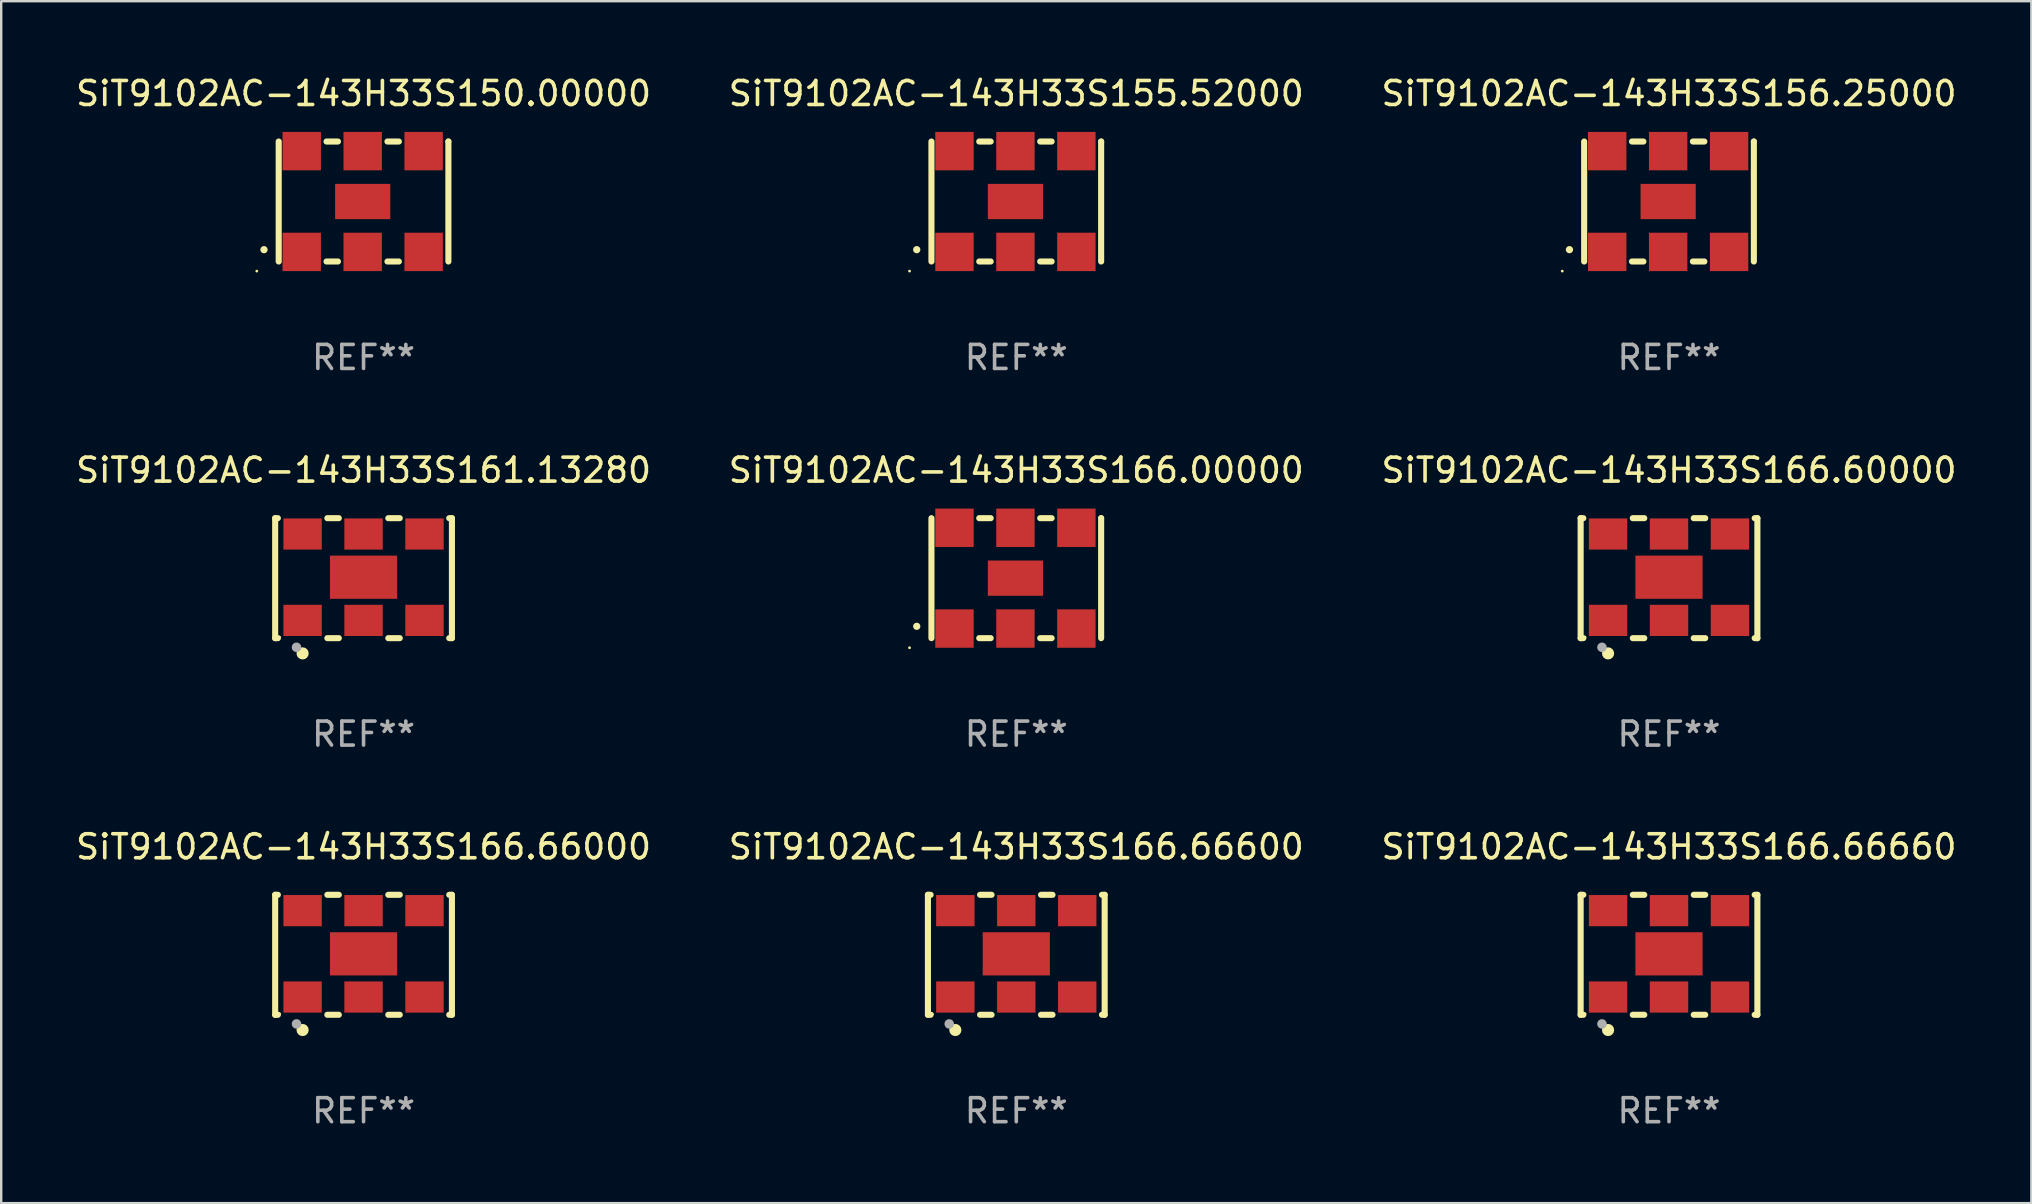
<source format=kicad_pcb>
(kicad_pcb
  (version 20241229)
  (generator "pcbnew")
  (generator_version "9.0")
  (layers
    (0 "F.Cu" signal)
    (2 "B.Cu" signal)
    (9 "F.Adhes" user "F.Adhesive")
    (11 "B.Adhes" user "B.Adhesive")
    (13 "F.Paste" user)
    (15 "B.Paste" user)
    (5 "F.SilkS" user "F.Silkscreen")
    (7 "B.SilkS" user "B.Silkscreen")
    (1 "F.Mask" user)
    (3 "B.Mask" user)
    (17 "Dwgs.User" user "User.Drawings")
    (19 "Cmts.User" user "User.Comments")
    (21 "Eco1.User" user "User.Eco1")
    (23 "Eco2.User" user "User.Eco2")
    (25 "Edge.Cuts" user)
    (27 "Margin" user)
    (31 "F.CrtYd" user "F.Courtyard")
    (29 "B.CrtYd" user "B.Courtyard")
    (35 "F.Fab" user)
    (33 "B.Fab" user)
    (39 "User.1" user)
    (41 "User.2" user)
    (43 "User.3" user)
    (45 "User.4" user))
  (footprint "SiT9102AC-143H33S166.66660"
    (layer "F.Cu")
    (at 66.506 36.741)
    (property "Reference" "SiT9102AC-143H33S166.66660" (at 0 -4.5 0) (layer "F.SilkS") (effects (font (size 1 1) (thickness 0.15))))
    (attr through_hole)
    (fp_line (start -3.683 -2.5) (end -3.571 -2.5) (stroke (width 0.254) (type solid)) (layer "F.SilkS"))
    (fp_line (start -3.683 2.5) (end -3.683 -2.5) (stroke (width 0.254) (type solid)) (layer "F.SilkS"))
    (fp_line (start -3.683 2.5) (end -3.571 2.5) (stroke (width 0.254) (type solid)) (layer "F.SilkS"))
    (fp_line (start -1.509 -2.5) (end -1.031 -2.5) (stroke (width 0.254) (type solid)) (layer "F.SilkS"))
    (fp_line (start -1.509 2.5) (end -1.031 2.5) (stroke (width 0.254) (type solid)) (layer "F.SilkS"))
    (fp_line (start 1.031 -2.5) (end 1.509 -2.5) (stroke (width 0.254) (type solid)) (layer "F.SilkS"))
    (fp_line (start 1.031 2.5) (end 1.509 2.5) (stroke (width 0.254) (type solid)) (layer "F.SilkS"))
    (fp_line (start 3.571 -2.5) (end 3.683 -2.5) (stroke (width 0.254) (type solid)) (layer "F.SilkS"))
    (fp_line (start 3.571 2.5) (end 3.683 2.5) (stroke (width 0.254) (type solid)) (layer "F.SilkS"))
    (fp_line (start 3.683 2.5) (end 3.683 -2.5) (stroke (width 0.254) (type solid)) (layer "F.SilkS"))
    (fp_circle (center -3.5 2.46) (end -3.47 2.46) (stroke (width 0.06) (type solid)) (fill no) (layer "F.SilkS"))
    (fp_circle (center -2.54 3.135) (end -2.413 3.135) (stroke (width 0.254) (type solid)) (fill no) (layer "F.SilkS"))
    (fp_circle (center -2.794 2.881) (end -2.694 2.881) (stroke (width 0.2) (type solid)) (fill no) (layer "F.Fab"))
    (fp_text user "REF**" (at 0 6.5 0) (layer "F.Fab") (effects (font (size 1 1) (thickness 0.15))))
    (pad "1" smd rect (at -2.54 1.76) (size 1.6 1.3) (layers "F.Cu" "F.Mask" "F.Paste"))
    (pad "2" smd rect (at 0 1.76) (size 1.6 1.3) (layers "F.Cu" "F.Mask" "F.Paste"))
    (pad "3" smd rect (at 2.54 1.76) (size 1.6 1.3) (layers "F.Cu" "F.Mask" "F.Paste"))
    (pad "4" smd rect (at 2.54 -1.84) (size 1.6 1.3) (layers "F.Cu" "F.Mask" "F.Paste"))
    (pad "5" smd rect (at 0 -1.84) (size 1.6 1.3) (layers "F.Cu" "F.Mask" "F.Paste"))
    (pad "6" smd rect (at -2.54 -1.84) (size 1.6 1.3) (layers "F.Cu" "F.Mask" "F.Paste"))
    (pad "7" smd rect (at 0 -0.04) (size 2.8 1.8) (layers "F.Cu" "F.Mask" "F.Paste")))
  (footprint "SiT9102AC-143H33S166.66000"
    (layer "F.Cu")
    (at 12.101 36.741)
    (property "Reference" "SiT9102AC-143H33S166.66000" (at 0 -4.5 0) (layer "F.SilkS") (effects (font (size 1 1) (thickness 0.15))))
    (attr through_hole)
    (fp_line (start -3.683 -2.5) (end -3.571 -2.5) (stroke (width 0.254) (type solid)) (layer "F.SilkS"))
    (fp_line (start -3.683 2.5) (end -3.683 -2.5) (stroke (width 0.254) (type solid)) (layer "F.SilkS"))
    (fp_line (start -3.683 2.5) (end -3.571 2.5) (stroke (width 0.254) (type solid)) (layer "F.SilkS"))
    (fp_line (start -1.509 -2.5) (end -1.031 -2.5) (stroke (width 0.254) (type solid)) (layer "F.SilkS"))
    (fp_line (start -1.509 2.5) (end -1.031 2.5) (stroke (width 0.254) (type solid)) (layer "F.SilkS"))
    (fp_line (start 1.031 -2.5) (end 1.509 -2.5) (stroke (width 0.254) (type solid)) (layer "F.SilkS"))
    (fp_line (start 1.031 2.5) (end 1.509 2.5) (stroke (width 0.254) (type solid)) (layer "F.SilkS"))
    (fp_line (start 3.571 -2.5) (end 3.683 -2.5) (stroke (width 0.254) (type solid)) (layer "F.SilkS"))
    (fp_line (start 3.571 2.5) (end 3.683 2.5) (stroke (width 0.254) (type solid)) (layer "F.SilkS"))
    (fp_line (start 3.683 2.5) (end 3.683 -2.5) (stroke (width 0.254) (type solid)) (layer "F.SilkS"))
    (fp_circle (center -3.5 2.46) (end -3.47 2.46) (stroke (width 0.06) (type solid)) (fill no) (layer "F.SilkS"))
    (fp_circle (center -2.54 3.135) (end -2.413 3.135) (stroke (width 0.254) (type solid)) (fill no) (layer "F.SilkS"))
    (fp_circle (center -2.794 2.881) (end -2.694 2.881) (stroke (width 0.2) (type solid)) (fill no) (layer "F.Fab"))
    (fp_text user "REF**" (at 0 6.5 0) (layer "F.Fab") (effects (font (size 1 1) (thickness 0.15))))
    (pad "1" smd rect (at -2.54 1.76) (size 1.6 1.3) (layers "F.Cu" "F.Mask" "F.Paste"))
    (pad "2" smd rect (at 0 1.76) (size 1.6 1.3) (layers "F.Cu" "F.Mask" "F.Paste"))
    (pad "3" smd rect (at 2.54 1.76) (size 1.6 1.3) (layers "F.Cu" "F.Mask" "F.Paste"))
    (pad "4" smd rect (at 2.54 -1.84) (size 1.6 1.3) (layers "F.Cu" "F.Mask" "F.Paste"))
    (pad "5" smd rect (at 0 -1.84) (size 1.6 1.3) (layers "F.Cu" "F.Mask" "F.Paste"))
    (pad "6" smd rect (at -2.54 -1.84) (size 1.6 1.3) (layers "F.Cu" "F.Mask" "F.Paste"))
    (pad "7" smd rect (at 0 -0.04) (size 2.8 1.8) (layers "F.Cu" "F.Mask" "F.Paste")))
  (footprint "SiT9102AC-143H33S155.52000"
    (layer "F.Cu")
    (at 39.304 5.348)
    (property "Reference" "SiT9102AC-143H33S155.52000" (at 0 -4.5 0) (layer "F.SilkS") (effects (font (size 1 1) (thickness 0.15))))
    (attr through_hole)
    (fp_line (start -3.536 -2.5) (end -3.536 2.5) (stroke (width 0.254) (type solid)) (layer "F.SilkS"))
    (fp_line (start -1.544 2.5) (end -1.067 2.5) (stroke (width 0.254) (type solid)) (layer "F.SilkS"))
    (fp_line (start -1.067 -2.5) (end -1.544 -2.5) (stroke (width 0.254) (type solid)) (layer "F.SilkS"))
    (fp_line (start 0.996 2.5) (end 1.473 2.5) (stroke (width 0.254) (type solid)) (layer "F.SilkS"))
    (fp_line (start 1.473 -2.5) (end 0.996 -2.5) (stroke (width 0.254) (type solid)) (layer "F.SilkS"))
    (fp_line (start 3.536 -2.5) (end 3.536 -2.5) (stroke (width 0.254) (type solid)) (layer "F.SilkS"))
    (fp_line (start 3.536 2.5) (end 3.536 -2.5) (stroke (width 0.254) (type solid)) (layer "F.SilkS"))
    (fp_arc (start -4.150432 2.006604) (mid -4.149162 2.006599) (end -4.147892 2.006604) (stroke (width 0.3) (type solid)) (layer "F.SilkS"))
    (fp_circle (center -4.449 2.9) (end -4.419 2.9) (stroke (width 0.06) (type solid)) (fill no) (layer "F.SilkS"))
    (fp_text user "REF**" (at 0 6.5 0) (layer "F.Fab") (effects (font (size 1 1) (thickness 0.15))))
    (pad "1" smd rect (at -2.576 2.1) (size 1.6 1.6) (layers "F.Cu" "F.Mask" "F.Paste"))
    (pad "2" smd rect (at -0.036 2.1) (size 1.6 1.6) (layers "F.Cu" "F.Mask" "F.Paste"))
    (pad "3" smd rect (at 2.504 2.1) (size 1.6 1.6) (layers "F.Cu" "F.Mask" "F.Paste"))
    (pad "4" smd rect (at 2.504 -2.1) (size 1.6 1.6) (layers "F.Cu" "F.Mask" "F.Paste"))
    (pad "5" smd rect (at -0.036 -2.1) (size 1.6 1.6) (layers "F.Cu" "F.Mask" "F.Paste"))
    (pad "6" smd rect (at -2.576 -2.1) (size 1.6 1.6) (layers "F.Cu" "F.Mask" "F.Paste"))
    (pad "7" smd rect (at -0.036 0) (size 2.3 1.47) (layers "F.Cu" "F.Mask" "F.Paste")))
  (footprint "SiT9102AC-143H33S156.25000"
    (layer "F.Cu")
    (at 66.506 5.348)
    (property "Reference" "SiT9102AC-143H33S156.25000" (at 0 -4.5 0) (layer "F.SilkS") (effects (font (size 1 1) (thickness 0.15))))
    (attr through_hole)
    (fp_line (start -3.536 -2.5) (end -3.536 2.5) (stroke (width 0.254) (type solid)) (layer "F.SilkS"))
    (fp_line (start -1.544 2.5) (end -1.067 2.5) (stroke (width 0.254) (type solid)) (layer "F.SilkS"))
    (fp_line (start -1.067 -2.5) (end -1.544 -2.5) (stroke (width 0.254) (type solid)) (layer "F.SilkS"))
    (fp_line (start 0.996 2.5) (end 1.473 2.5) (stroke (width 0.254) (type solid)) (layer "F.SilkS"))
    (fp_line (start 1.473 -2.5) (end 0.996 -2.5) (stroke (width 0.254) (type solid)) (layer "F.SilkS"))
    (fp_line (start 3.536 -2.5) (end 3.536 -2.5) (stroke (width 0.254) (type solid)) (layer "F.SilkS"))
    (fp_line (start 3.536 2.5) (end 3.536 -2.5) (stroke (width 0.254) (type solid)) (layer "F.SilkS"))
    (fp_arc (start -4.150432 2.006604) (mid -4.149162 2.006599) (end -4.147892 2.006604) (stroke (width 0.3) (type solid)) (layer "F.SilkS"))
    (fp_circle (center -4.449 2.9) (end -4.419 2.9) (stroke (width 0.06) (type solid)) (fill no) (layer "F.SilkS"))
    (fp_text user "REF**" (at 0 6.5 0) (layer "F.Fab") (effects (font (size 1 1) (thickness 0.15))))
    (pad "1" smd rect (at -2.576 2.1) (size 1.6 1.6) (layers "F.Cu" "F.Mask" "F.Paste"))
    (pad "2" smd rect (at -0.036 2.1) (size 1.6 1.6) (layers "F.Cu" "F.Mask" "F.Paste"))
    (pad "3" smd rect (at 2.504 2.1) (size 1.6 1.6) (layers "F.Cu" "F.Mask" "F.Paste"))
    (pad "4" smd rect (at 2.504 -2.1) (size 1.6 1.6) (layers "F.Cu" "F.Mask" "F.Paste"))
    (pad "5" smd rect (at -0.036 -2.1) (size 1.6 1.6) (layers "F.Cu" "F.Mask" "F.Paste"))
    (pad "6" smd rect (at -2.576 -2.1) (size 1.6 1.6) (layers "F.Cu" "F.Mask" "F.Paste"))
    (pad "7" smd rect (at -0.036 0) (size 2.3 1.47) (layers "F.Cu" "F.Mask" "F.Paste")))
  (footprint "SiT9102AC-143H33S166.00000"
    (layer "F.Cu")
    (at 39.304 21.045)
    (property "Reference" "SiT9102AC-143H33S166.00000" (at 0 -4.5 0) (layer "F.SilkS") (effects (font (size 1 1) (thickness 0.15))))
    (attr through_hole)
    (fp_line (start -3.536 -2.5) (end -3.536 2.5) (stroke (width 0.254) (type solid)) (layer "F.SilkS"))
    (fp_line (start -1.544 2.5) (end -1.067 2.5) (stroke (width 0.254) (type solid)) (layer "F.SilkS"))
    (fp_line (start -1.067 -2.5) (end -1.544 -2.5) (stroke (width 0.254) (type solid)) (layer "F.SilkS"))
    (fp_line (start 0.996 2.5) (end 1.473 2.5) (stroke (width 0.254) (type solid)) (layer "F.SilkS"))
    (fp_line (start 1.473 -2.5) (end 0.996 -2.5) (stroke (width 0.254) (type solid)) (layer "F.SilkS"))
    (fp_line (start 3.536 -2.5) (end 3.536 -2.5) (stroke (width 0.254) (type solid)) (layer "F.SilkS"))
    (fp_line (start 3.536 2.5) (end 3.536 -2.5) (stroke (width 0.254) (type solid)) (layer "F.SilkS"))
    (fp_arc (start -4.150432 2.006604) (mid -4.149162 2.006599) (end -4.147892 2.006604) (stroke (width 0.3) (type solid)) (layer "F.SilkS"))
    (fp_circle (center -4.449 2.9) (end -4.419 2.9) (stroke (width 0.06) (type solid)) (fill no) (layer "F.SilkS"))
    (fp_text user "REF**" (at 0 6.5 0) (layer "F.Fab") (effects (font (size 1 1) (thickness 0.15))))
    (pad "1" smd rect (at -2.576 2.1) (size 1.6 1.6) (layers "F.Cu" "F.Mask" "F.Paste"))
    (pad "2" smd rect (at -0.036 2.1) (size 1.6 1.6) (layers "F.Cu" "F.Mask" "F.Paste"))
    (pad "3" smd rect (at 2.504 2.1) (size 1.6 1.6) (layers "F.Cu" "F.Mask" "F.Paste"))
    (pad "4" smd rect (at 2.504 -2.1) (size 1.6 1.6) (layers "F.Cu" "F.Mask" "F.Paste"))
    (pad "5" smd rect (at -0.036 -2.1) (size 1.6 1.6) (layers "F.Cu" "F.Mask" "F.Paste"))
    (pad "6" smd rect (at -2.576 -2.1) (size 1.6 1.6) (layers "F.Cu" "F.Mask" "F.Paste"))
    (pad "7" smd rect (at -0.036 0) (size 2.3 1.47) (layers "F.Cu" "F.Mask" "F.Paste")))
  (footprint "SiT9102AC-143H33S166.60000"
    (layer "F.Cu")
    (at 66.506 21.045)
    (property "Reference" "SiT9102AC-143H33S166.60000" (at 0 -4.5 0) (layer "F.SilkS") (effects (font (size 1 1) (thickness 0.15))))
    (attr through_hole)
    (fp_line (start -3.683 -2.5) (end -3.571 -2.5) (stroke (width 0.254) (type solid)) (layer "F.SilkS"))
    (fp_line (start -3.683 2.5) (end -3.683 -2.5) (stroke (width 0.254) (type solid)) (layer "F.SilkS"))
    (fp_line (start -3.683 2.5) (end -3.571 2.5) (stroke (width 0.254) (type solid)) (layer "F.SilkS"))
    (fp_line (start -1.509 -2.5) (end -1.031 -2.5) (stroke (width 0.254) (type solid)) (layer "F.SilkS"))
    (fp_line (start -1.509 2.5) (end -1.031 2.5) (stroke (width 0.254) (type solid)) (layer "F.SilkS"))
    (fp_line (start 1.031 -2.5) (end 1.509 -2.5) (stroke (width 0.254) (type solid)) (layer "F.SilkS"))
    (fp_line (start 1.031 2.5) (end 1.509 2.5) (stroke (width 0.254) (type solid)) (layer "F.SilkS"))
    (fp_line (start 3.571 -2.5) (end 3.683 -2.5) (stroke (width 0.254) (type solid)) (layer "F.SilkS"))
    (fp_line (start 3.571 2.5) (end 3.683 2.5) (stroke (width 0.254) (type solid)) (layer "F.SilkS"))
    (fp_line (start 3.683 2.5) (end 3.683 -2.5) (stroke (width 0.254) (type solid)) (layer "F.SilkS"))
    (fp_circle (center -3.5 2.46) (end -3.47 2.46) (stroke (width 0.06) (type solid)) (fill no) (layer "F.SilkS"))
    (fp_circle (center -2.54 3.135) (end -2.413 3.135) (stroke (width 0.254) (type solid)) (fill no) (layer "F.SilkS"))
    (fp_circle (center -2.794 2.881) (end -2.694 2.881) (stroke (width 0.2) (type solid)) (fill no) (layer "F.Fab"))
    (fp_text user "REF**" (at 0 6.5 0) (layer "F.Fab") (effects (font (size 1 1) (thickness 0.15))))
    (pad "1" smd rect (at -2.54 1.76) (size 1.6 1.3) (layers "F.Cu" "F.Mask" "F.Paste"))
    (pad "2" smd rect (at 0 1.76) (size 1.6 1.3) (layers "F.Cu" "F.Mask" "F.Paste"))
    (pad "3" smd rect (at 2.54 1.76) (size 1.6 1.3) (layers "F.Cu" "F.Mask" "F.Paste"))
    (pad "4" smd rect (at 2.54 -1.84) (size 1.6 1.3) (layers "F.Cu" "F.Mask" "F.Paste"))
    (pad "5" smd rect (at 0 -1.84) (size 1.6 1.3) (layers "F.Cu" "F.Mask" "F.Paste"))
    (pad "6" smd rect (at -2.54 -1.84) (size 1.6 1.3) (layers "F.Cu" "F.Mask" "F.Paste"))
    (pad "7" smd rect (at 0 -0.04) (size 2.8 1.8) (layers "F.Cu" "F.Mask" "F.Paste")))
  (footprint "SiT9102AC-143H33S150.00000"
    (layer "F.Cu")
    (at 12.101 5.348)
    (property "Reference" "SiT9102AC-143H33S150.00000" (at 0 -4.5 0) (layer "F.SilkS") (effects (font (size 1 1) (thickness 0.15))))
    (attr through_hole)
    (fp_line (start -3.536 -2.5) (end -3.536 2.5) (stroke (width 0.254) (type solid)) (layer "F.SilkS"))
    (fp_line (start -1.544 2.5) (end -1.067 2.5) (stroke (width 0.254) (type solid)) (layer "F.SilkS"))
    (fp_line (start -1.067 -2.5) (end -1.544 -2.5) (stroke (width 0.254) (type solid)) (layer "F.SilkS"))
    (fp_line (start 0.996 2.5) (end 1.473 2.5) (stroke (width 0.254) (type solid)) (layer "F.SilkS"))
    (fp_line (start 1.473 -2.5) (end 0.996 -2.5) (stroke (width 0.254) (type solid)) (layer "F.SilkS"))
    (fp_line (start 3.536 -2.5) (end 3.536 -2.5) (stroke (width 0.254) (type solid)) (layer "F.SilkS"))
    (fp_line (start 3.536 2.5) (end 3.536 -2.5) (stroke (width 0.254) (type solid)) (layer "F.SilkS"))
    (fp_arc (start -4.150432 2.006604) (mid -4.149162 2.006599) (end -4.147892 2.006604) (stroke (width 0.3) (type solid)) (layer "F.SilkS"))
    (fp_circle (center -4.449 2.9) (end -4.419 2.9) (stroke (width 0.06) (type solid)) (fill no) (layer "F.SilkS"))
    (fp_text user "REF**" (at 0 6.5 0) (layer "F.Fab") (effects (font (size 1 1) (thickness 0.15))))
    (pad "1" smd rect (at -2.576 2.1) (size 1.6 1.6) (layers "F.Cu" "F.Mask" "F.Paste"))
    (pad "2" smd rect (at -0.036 2.1) (size 1.6 1.6) (layers "F.Cu" "F.Mask" "F.Paste"))
    (pad "3" smd rect (at 2.504 2.1) (size 1.6 1.6) (layers "F.Cu" "F.Mask" "F.Paste"))
    (pad "4" smd rect (at 2.504 -2.1) (size 1.6 1.6) (layers "F.Cu" "F.Mask" "F.Paste"))
    (pad "5" smd rect (at -0.036 -2.1) (size 1.6 1.6) (layers "F.Cu" "F.Mask" "F.Paste"))
    (pad "6" smd rect (at -2.576 -2.1) (size 1.6 1.6) (layers "F.Cu" "F.Mask" "F.Paste"))
    (pad "7" smd rect (at -0.036 0) (size 2.3 1.47) (layers "F.Cu" "F.Mask" "F.Paste")))
  (footprint "SiT9102AC-143H33S166.66600"
    (layer "F.Cu")
    (at 39.304 36.741)
    (property "Reference" "SiT9102AC-143H33S166.66600" (at 0 -4.5 0) (layer "F.SilkS") (effects (font (size 1 1) (thickness 0.15))))
    (attr through_hole)
    (fp_line (start -3.683 -2.5) (end -3.571 -2.5) (stroke (width 0.254) (type solid)) (layer "F.SilkS"))
    (fp_line (start -3.683 2.5) (end -3.683 -2.5) (stroke (width 0.254) (type solid)) (layer "F.SilkS"))
    (fp_line (start -3.683 2.5) (end -3.571 2.5) (stroke (width 0.254) (type solid)) (layer "F.SilkS"))
    (fp_line (start -1.509 -2.5) (end -1.031 -2.5) (stroke (width 0.254) (type solid)) (layer "F.SilkS"))
    (fp_line (start -1.509 2.5) (end -1.031 2.5) (stroke (width 0.254) (type solid)) (layer "F.SilkS"))
    (fp_line (start 1.031 -2.5) (end 1.509 -2.5) (stroke (width 0.254) (type solid)) (layer "F.SilkS"))
    (fp_line (start 1.031 2.5) (end 1.509 2.5) (stroke (width 0.254) (type solid)) (layer "F.SilkS"))
    (fp_line (start 3.571 -2.5) (end 3.683 -2.5) (stroke (width 0.254) (type solid)) (layer "F.SilkS"))
    (fp_line (start 3.571 2.5) (end 3.683 2.5) (stroke (width 0.254) (type solid)) (layer "F.SilkS"))
    (fp_line (start 3.683 2.5) (end 3.683 -2.5) (stroke (width 0.254) (type solid)) (layer "F.SilkS"))
    (fp_circle (center -3.5 2.46) (end -3.47 2.46) (stroke (width 0.06) (type solid)) (fill no) (layer "F.SilkS"))
    (fp_circle (center -2.54 3.135) (end -2.413 3.135) (stroke (width 0.254) (type solid)) (fill no) (layer "F.SilkS"))
    (fp_circle (center -2.794 2.881) (end -2.694 2.881) (stroke (width 0.2) (type solid)) (fill no) (layer "F.Fab"))
    (fp_text user "REF**" (at 0 6.5 0) (layer "F.Fab") (effects (font (size 1 1) (thickness 0.15))))
    (pad "1" smd rect (at -2.54 1.76) (size 1.6 1.3) (layers "F.Cu" "F.Mask" "F.Paste"))
    (pad "2" smd rect (at 0 1.76) (size 1.6 1.3) (layers "F.Cu" "F.Mask" "F.Paste"))
    (pad "3" smd rect (at 2.54 1.76) (size 1.6 1.3) (layers "F.Cu" "F.Mask" "F.Paste"))
    (pad "4" smd rect (at 2.54 -1.84) (size 1.6 1.3) (layers "F.Cu" "F.Mask" "F.Paste"))
    (pad "5" smd rect (at 0 -1.84) (size 1.6 1.3) (layers "F.Cu" "F.Mask" "F.Paste"))
    (pad "6" smd rect (at -2.54 -1.84) (size 1.6 1.3) (layers "F.Cu" "F.Mask" "F.Paste"))
    (pad "7" smd rect (at 0 -0.04) (size 2.8 1.8) (layers "F.Cu" "F.Mask" "F.Paste")))
  (footprint "SiT9102AC-143H33S161.13280"
    (layer "F.Cu")
    (at 12.101 21.045)
    (property "Reference" "SiT9102AC-143H33S161.13280" (at 0 -4.5 0) (layer "F.SilkS") (effects (font (size 1 1) (thickness 0.15))))
    (attr through_hole)
    (fp_line (start -3.683 -2.5) (end -3.571 -2.5) (stroke (width 0.254) (type solid)) (layer "F.SilkS"))
    (fp_line (start -3.683 2.5) (end -3.683 -2.5) (stroke (width 0.254) (type solid)) (layer "F.SilkS"))
    (fp_line (start -3.683 2.5) (end -3.571 2.5) (stroke (width 0.254) (type solid)) (layer "F.SilkS"))
    (fp_line (start -1.509 -2.5) (end -1.031 -2.5) (stroke (width 0.254) (type solid)) (layer "F.SilkS"))
    (fp_line (start -1.509 2.5) (end -1.031 2.5) (stroke (width 0.254) (type solid)) (layer "F.SilkS"))
    (fp_line (start 1.031 -2.5) (end 1.509 -2.5) (stroke (width 0.254) (type solid)) (layer "F.SilkS"))
    (fp_line (start 1.031 2.5) (end 1.509 2.5) (stroke (width 0.254) (type solid)) (layer "F.SilkS"))
    (fp_line (start 3.571 -2.5) (end 3.683 -2.5) (stroke (width 0.254) (type solid)) (layer "F.SilkS"))
    (fp_line (start 3.571 2.5) (end 3.683 2.5) (stroke (width 0.254) (type solid)) (layer "F.SilkS"))
    (fp_line (start 3.683 2.5) (end 3.683 -2.5) (stroke (width 0.254) (type solid)) (layer "F.SilkS"))
    (fp_circle (center -3.5 2.46) (end -3.47 2.46) (stroke (width 0.06) (type solid)) (fill no) (layer "F.SilkS"))
    (fp_circle (center -2.54 3.135) (end -2.413 3.135) (stroke (width 0.254) (type solid)) (fill no) (layer "F.SilkS"))
    (fp_circle (center -2.794 2.881) (end -2.694 2.881) (stroke (width 0.2) (type solid)) (fill no) (layer "F.Fab"))
    (fp_text user "REF**" (at 0 6.5 0) (layer "F.Fab") (effects (font (size 1 1) (thickness 0.15))))
    (pad "1" smd rect (at -2.54 1.76) (size 1.6 1.3) (layers "F.Cu" "F.Mask" "F.Paste"))
    (pad "2" smd rect (at 0 1.76) (size 1.6 1.3) (layers "F.Cu" "F.Mask" "F.Paste"))
    (pad "3" smd rect (at 2.54 1.76) (size 1.6 1.3) (layers "F.Cu" "F.Mask" "F.Paste"))
    (pad "4" smd rect (at 2.54 -1.84) (size 1.6 1.3) (layers "F.Cu" "F.Mask" "F.Paste"))
    (pad "5" smd rect (at 0 -1.84) (size 1.6 1.3) (layers "F.Cu" "F.Mask" "F.Paste"))
    (pad "6" smd rect (at -2.54 -1.84) (size 1.6 1.3) (layers "F.Cu" "F.Mask" "F.Paste"))
    (pad "7" smd rect (at 0 -0.04) (size 2.8 1.8) (layers "F.Cu" "F.Mask" "F.Paste")))
  (gr_rect
    (start -3 -3)
    (end 81.607 47.09)
    (stroke (width 0.1) (type default))
    (fill no)
    (layer "Edge.Cuts")))
</source>
